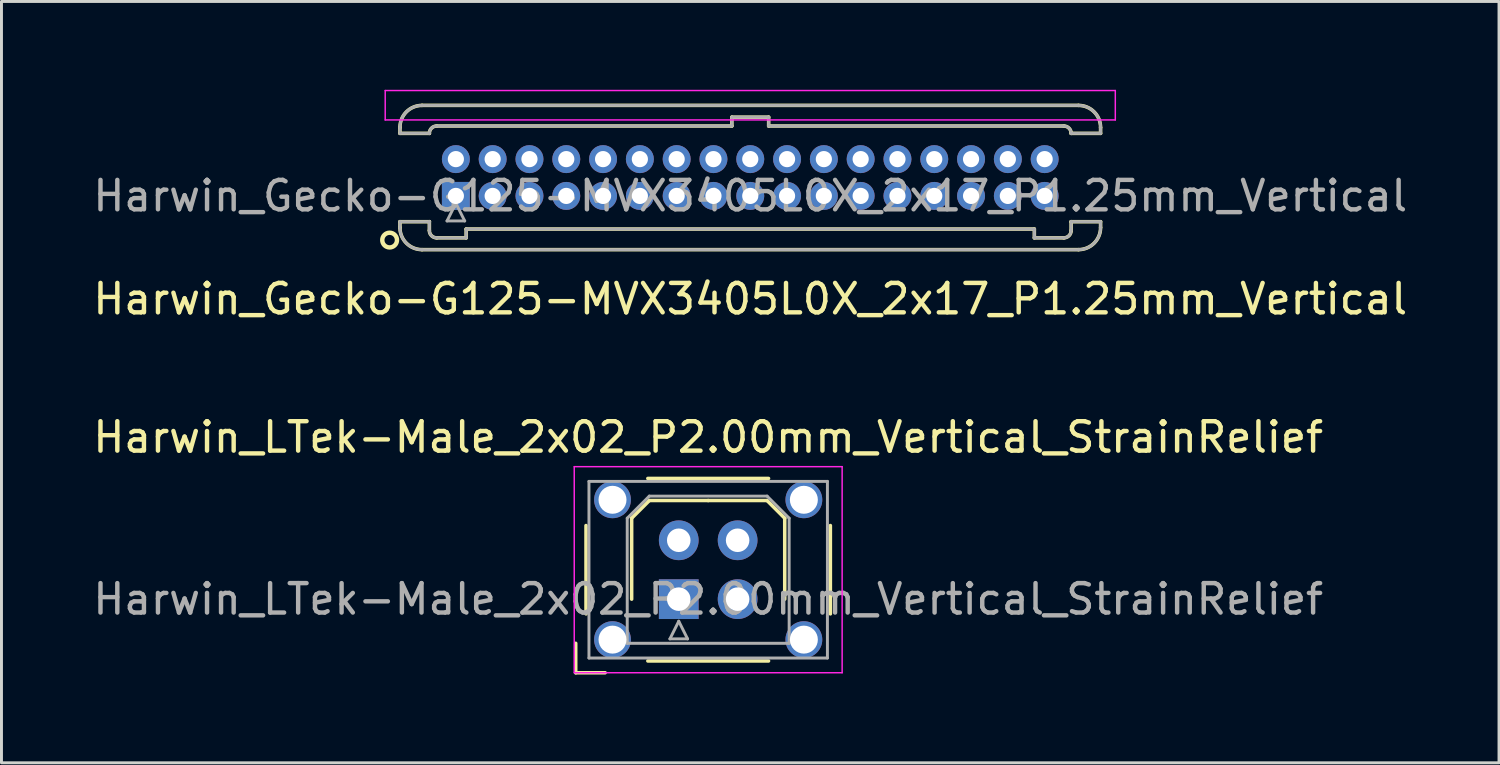
<source format=kicad_pcb>
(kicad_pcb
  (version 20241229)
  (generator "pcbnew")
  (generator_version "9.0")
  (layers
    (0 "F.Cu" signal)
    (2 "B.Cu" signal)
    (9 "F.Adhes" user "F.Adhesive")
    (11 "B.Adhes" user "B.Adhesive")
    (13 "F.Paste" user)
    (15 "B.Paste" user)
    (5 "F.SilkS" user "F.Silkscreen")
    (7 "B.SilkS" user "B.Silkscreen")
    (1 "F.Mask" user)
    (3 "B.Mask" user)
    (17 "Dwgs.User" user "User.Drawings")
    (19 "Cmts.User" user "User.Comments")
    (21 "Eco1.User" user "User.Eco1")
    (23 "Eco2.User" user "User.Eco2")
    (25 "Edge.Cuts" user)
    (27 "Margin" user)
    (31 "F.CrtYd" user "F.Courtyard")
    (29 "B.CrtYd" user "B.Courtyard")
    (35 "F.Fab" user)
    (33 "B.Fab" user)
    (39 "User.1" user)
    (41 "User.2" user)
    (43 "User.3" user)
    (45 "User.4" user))
  (footprint "Harwin_LTek-Male_2x02_P2.00mm_Vertical_StrainRelief"
    (layer "F.Cu")
    (at 20.006 17.302)
    (property "Reference" "Harwin_LTek-Male_2x02_P2.00mm_Vertical_StrainRelief" (at 1 -5.5 0) (layer "F.SilkS") (effects (font (size 1 1) (thickness 0.15))))
    (attr through_hole)
    (fp_line (start -3.5 1.5) (end -3.5 2.5) (stroke (width 0.12) (type solid)) (layer "F.SilkS"))
    (fp_line (start -3.5 2.5) (end -2.5 2.5) (stroke (width 0.12) (type solid)) (layer "F.SilkS"))
    (fp_line (start -3.15 -2.5) (end -3.15 0.5) (stroke (width 0.12) (type solid)) (layer "F.SilkS"))
    (fp_line (start -1.6 -2.75) (end -1 -3.35) (stroke (width 0.12) (type solid)) (layer "F.SilkS"))
    (fp_line (start -1.6 0) (end -1.6 -2.75) (stroke (width 0.12) (type solid)) (layer "F.SilkS"))
    (fp_line (start -1.05 -4.1) (end 3.05 -4.1) (stroke (width 0.12) (type solid)) (layer "F.SilkS"))
    (fp_line (start -1.05 2.1) (end 3.05 2.1) (stroke (width 0.12) (type solid)) (layer "F.SilkS"))
    (fp_line (start -1 -3.35) (end 1 -3.35) (stroke (width 0.12) (type solid)) (layer "F.SilkS"))
    (fp_line (start 3 -3.35) (end 1 -3.35) (stroke (width 0.12) (type solid)) (layer "F.SilkS"))
    (fp_line (start 3.6 -2.75) (end 3 -3.35) (stroke (width 0.12) (type solid)) (layer "F.SilkS"))
    (fp_line (start 3.6 0) (end 3.6 -2.75) (stroke (width 0.12) (type solid)) (layer "F.SilkS"))
    (fp_line (start 5.15 -2.5) (end 5.15 0.5) (stroke (width 0.12) (type solid)) (layer "F.SilkS"))
    (fp_line (start -3.55 -4.5) (end -3.55 2.5) (stroke (width 0.05) (type solid)) (layer "F.CrtYd"))
    (fp_line (start -3.55 2.5) (end 5.55 2.5) (stroke (width 0.05) (type solid)) (layer "F.CrtYd"))
    (fp_line (start 5.55 -4.5) (end -3.55 -4.5) (stroke (width 0.05) (type solid)) (layer "F.CrtYd"))
    (fp_line (start 5.55 2.5) (end 5.55 -4.5) (stroke (width 0.05) (type solid)) (layer "F.CrtYd"))
    (fp_line (start -3.05 -4) (end -3.05 2) (stroke (width 0.1) (type solid)) (layer "F.Fab"))
    (fp_line (start -3.05 2) (end 5.05 2) (stroke (width 0.1) (type solid)) (layer "F.Fab"))
    (fp_line (start -1.75 -2.75) (end -1 -3.5) (stroke (width 0.1) (type solid)) (layer "F.Fab"))
    (fp_line (start -1.75 1.5) (end -1.75 -2.75) (stroke (width 0.1) (type solid)) (layer "F.Fab"))
    (fp_line (start -1 -3.5) (end 3 -3.5) (stroke (width 0.1) (type solid)) (layer "F.Fab"))
    (fp_line (start -0.3 1.35) (end 0.3 1.35) (stroke (width 0.1) (type solid)) (layer "F.Fab"))
    (fp_line (start 0 0.75) (end -0.3 1.35) (stroke (width 0.1) (type solid)) (layer "F.Fab"))
    (fp_line (start 0.3 1.35) (end 0 0.75) (stroke (width 0.1) (type solid)) (layer "F.Fab"))
    (fp_line (start 3 -3.5) (end 3.75 -2.75) (stroke (width 0.1) (type solid)) (layer "F.Fab"))
    (fp_line (start 3.75 -2.75) (end 3.75 1.5) (stroke (width 0.1) (type solid)) (layer "F.Fab"))
    (fp_line (start 3.75 1.5) (end -1.75 1.5) (stroke (width 0.1) (type solid)) (layer "F.Fab"))
    (fp_line (start 5.05 -4) (end -3.05 -4) (stroke (width 0.1) (type solid)) (layer "F.Fab"))
    (fp_line (start 5.05 2) (end 5.05 -4) (stroke (width 0.1) (type solid)) (layer "F.Fab"))
    (fp_text user "${REFERENCE}" (at 1 0 0) (layer "F.Fab") (effects (font (size 1 1) (thickness 0.15))))
    (pad "" thru_hole circle (at -2.25 -3.375) (size 1.25 1.25) (drill 0.95) (layers "*.Cu" "*.Mask"))
    (pad "" thru_hole circle (at -2.25 1.375) (size 1.25 1.25) (drill 0.95) (layers "*.Cu" "*.Mask"))
    (pad "" thru_hole circle (at 4.25 -3.375) (size 1.25 1.25) (drill 0.95) (layers "*.Cu" "*.Mask"))
    (pad "" thru_hole circle (at 4.25 1.375) (size 1.25 1.25) (drill 0.95) (layers "*.Cu" "*.Mask"))
    (pad "1" thru_hole rect (at 0 0) (size 1.35 1.35) (drill 0.8) (layers "*.Cu" "*.Mask"))
    (pad "2" thru_hole circle (at 0 -2) (size 1.35 1.35) (drill 0.8) (layers "*.Cu" "*.Mask"))
    (pad "3" thru_hole circle (at 2 0) (size 1.35 1.35) (drill 0.8) (layers "*.Cu" "*.Mask"))
    (pad "4" thru_hole circle (at 2 -2) (size 1.35 1.35) (drill 0.8) (layers "*.Cu" "*.Mask")))
  (footprint "Harwin_Gecko-G125-MVX3405L0X_2x17_P1.25mm_Vertical"
    (layer "F.Cu")
    (at 12.435 3.605)
    (property "Reference" "Harwin_Gecko-G125-MVX3405L0X_2x17_P1.25mm_Vertical" (at 10 3.5 0) (layer "F.SilkS") (effects (font (size 1 1) (thickness 0.15))))
    (attr through_hole)
    (fp_line (start -1.9 -2.325) (end -1.9 -2.125) (stroke (width 0.12) (type solid)) (layer "F.SilkS"))
    (fp_line (start -1.9 -2.125) (end -0.9 -2.125) (stroke (width 0.12) (type solid)) (layer "F.SilkS"))
    (fp_line (start -1.9 0.875) (end -0.9 0.875) (stroke (width 0.12) (type solid)) (layer "F.SilkS"))
    (fp_line (start -1.9 1.075) (end -1.9 0.875) (stroke (width 0.12) (type solid)) (layer "F.SilkS"))
    (fp_line (start -1.15 -3.075) (end 21.15 -3.075) (stroke (width 0.12) (type solid)) (layer "F.SilkS"))
    (fp_line (start -1.15 1.825) (end 21.15 1.825) (stroke (width 0.12) (type solid)) (layer "F.SilkS"))
    (fp_line (start -0.9 -2.125) (end -0.9 -2.125) (stroke (width 0.12) (type solid)) (layer "F.SilkS"))
    (fp_line (start -0.9 0.875) (end -0.9 0.875) (stroke (width 0.12) (type solid)) (layer "F.SilkS"))
    (fp_line (start -0.9 1.175) (end -0.9 0.875) (stroke (width 0.12) (type solid)) (layer "F.SilkS"))
    (fp_line (start -0.65 -2.375) (end 9.375 -2.375) (stroke (width 0.12) (type solid)) (layer "F.SilkS"))
    (fp_line (start -0.65 1.425) (end 0.35 1.425) (stroke (width 0.12) (type solid)) (layer "F.SilkS"))
    (fp_line (start 0.35 1.125) (end 19.65 1.125) (stroke (width 0.12) (type solid)) (layer "F.SilkS"))
    (fp_line (start 0.35 1.425) (end 0.35 1.125) (stroke (width 0.12) (type solid)) (layer "F.SilkS"))
    (fp_line (start 9.375 -2.675) (end 10.625 -2.675) (stroke (width 0.12) (type solid)) (layer "F.SilkS"))
    (fp_line (start 9.375 -2.375) (end 9.375 -2.675) (stroke (width 0.12) (type solid)) (layer "F.SilkS"))
    (fp_line (start 10.625 -2.675) (end 10.625 -2.375) (stroke (width 0.12) (type solid)) (layer "F.SilkS"))
    (fp_line (start 10.625 -2.375) (end 20.65 -2.375) (stroke (width 0.12) (type solid)) (layer "F.SilkS"))
    (fp_line (start 19.65 1.125) (end 19.65 1.425) (stroke (width 0.12) (type solid)) (layer "F.SilkS"))
    (fp_line (start 19.65 1.425) (end 20.65 1.425) (stroke (width 0.12) (type solid)) (layer "F.SilkS"))
    (fp_line (start 20.9 -2.125) (end 20.9 -2.125) (stroke (width 0.12) (type solid)) (layer "F.SilkS"))
    (fp_line (start 20.9 0.875) (end 20.9 0.875) (stroke (width 0.12) (type solid)) (layer "F.SilkS"))
    (fp_line (start 20.9 1.175) (end 20.9 0.875) (stroke (width 0.12) (type solid)) (layer "F.SilkS"))
    (fp_line (start 21.9 -2.325) (end 21.9 -2.125) (stroke (width 0.12) (type solid)) (layer "F.SilkS"))
    (fp_line (start 21.9 -2.125) (end 20.9 -2.125) (stroke (width 0.12) (type solid)) (layer "F.SilkS"))
    (fp_line (start 21.9 0.875) (end 20.9 0.875) (stroke (width 0.12) (type solid)) (layer "F.SilkS"))
    (fp_line (start 21.9 1.075) (end 21.9 0.875) (stroke (width 0.12) (type solid)) (layer "F.SilkS"))
    (fp_arc (start -1.9 -2.325) (mid -1.68033 -2.85533) (end -1.15 -3.075) (stroke (width 0.12) (type solid)) (layer "F.SilkS"))
    (fp_arc (start -1.15 1.825) (mid -1.68033 1.60533) (end -1.9 1.075) (stroke (width 0.12) (type solid)) (layer "F.SilkS"))
    (fp_arc (start -0.9 -2.125) (mid -0.826777 -2.301777) (end -0.65 -2.375) (stroke (width 0.12) (type solid)) (layer "F.SilkS"))
    (fp_arc (start -0.65 1.425) (mid -0.826777 1.351777) (end -0.9 1.175) (stroke (width 0.12) (type solid)) (layer "F.SilkS"))
    (fp_arc (start 20.65 -2.375) (mid 20.826777 -2.301777) (end 20.9 -2.125) (stroke (width 0.12) (type solid)) (layer "F.SilkS"))
    (fp_arc (start 20.9 1.175) (mid 20.826777 1.351777) (end 20.65 1.425) (stroke (width 0.12) (type solid)) (layer "F.SilkS"))
    (fp_arc (start 21.15 -3.075) (mid 21.68033 -2.85533) (end 21.9 -2.325) (stroke (width 0.12) (type solid)) (layer "F.SilkS"))
    (fp_arc (start 21.9 1.075) (mid 21.68033 1.60533) (end 21.15 1.825) (stroke (width 0.12) (type solid)) (layer "F.SilkS"))
    (fp_circle (center -2.25 1.5) (end -2 1.5) (stroke (width 0.15) (type solid)) (fill no) (layer "F.SilkS"))
    (fp_line (start -2.4 -3.58) (end -2.4 -2.58) (stroke (width 0.05) (type solid)) (layer "F.CrtYd"))
    (fp_line (start -2.4 -2.58) (end 22.4 -2.58) (stroke (width 0.05) (type solid)) (layer "F.CrtYd"))
    (fp_line (start 22.4 -3.58) (end -2.4 -3.58) (stroke (width 0.05) (type solid)) (layer "F.CrtYd"))
    (fp_line (start 22.4 -2.58) (end 22.4 -3.58) (stroke (width 0.05) (type solid)) (layer "F.CrtYd"))
    (fp_line (start -1.9 -2.325) (end -1.9 -2.125) (stroke (width 0.1) (type solid)) (layer "F.Fab"))
    (fp_line (start -1.9 -2.125) (end -0.9 -2.125) (stroke (width 0.1) (type solid)) (layer "F.Fab"))
    (fp_line (start -1.9 0.875) (end -0.9 0.875) (stroke (width 0.1) (type solid)) (layer "F.Fab"))
    (fp_line (start -1.9 1.075) (end -1.9 0.875) (stroke (width 0.1) (type solid)) (layer "F.Fab"))
    (fp_line (start -1.15 -3.075) (end 21.15 -3.075) (stroke (width 0.1) (type solid)) (layer "F.Fab"))
    (fp_line (start -1.15 1.825) (end 21.15 1.825) (stroke (width 0.1) (type solid)) (layer "F.Fab"))
    (fp_line (start -0.9 -2.125) (end -0.9 -2.125) (stroke (width 0.1) (type solid)) (layer "F.Fab"))
    (fp_line (start -0.9 0.875) (end -0.9 0.875) (stroke (width 0.1) (type solid)) (layer "F.Fab"))
    (fp_line (start -0.9 1.175) (end -0.9 0.875) (stroke (width 0.1) (type solid)) (layer "F.Fab"))
    (fp_line (start -0.65 -2.375) (end 9.375 -2.375) (stroke (width 0.1) (type solid)) (layer "F.Fab"))
    (fp_line (start -0.65 1.425) (end 0.35 1.425) (stroke (width 0.1) (type solid)) (layer "F.Fab"))
    (fp_line (start -0.3 0.85) (end 0.3 0.85) (stroke (width 0.1) (type solid)) (layer "F.Fab"))
    (fp_line (start 0 0.25) (end -0.3 0.85) (stroke (width 0.1) (type solid)) (layer "F.Fab"))
    (fp_line (start 0.3 0.85) (end 0 0.25) (stroke (width 0.1) (type solid)) (layer "F.Fab"))
    (fp_line (start 0.35 1.125) (end 19.65 1.125) (stroke (width 0.1) (type solid)) (layer "F.Fab"))
    (fp_line (start 0.35 1.425) (end 0.35 1.125) (stroke (width 0.1) (type solid)) (layer "F.Fab"))
    (fp_line (start 9.375 -2.675) (end 10.625 -2.675) (stroke (width 0.1) (type solid)) (layer "F.Fab"))
    (fp_line (start 9.375 -2.375) (end 9.375 -2.675) (stroke (width 0.1) (type solid)) (layer "F.Fab"))
    (fp_line (start 10.625 -2.675) (end 10.625 -2.375) (stroke (width 0.1) (type solid)) (layer "F.Fab"))
    (fp_line (start 10.625 -2.375) (end 20.65 -2.375) (stroke (width 0.1) (type solid)) (layer "F.Fab"))
    (fp_line (start 19.65 1.125) (end 19.65 1.425) (stroke (width 0.1) (type solid)) (layer "F.Fab"))
    (fp_line (start 19.65 1.425) (end 20.65 1.425) (stroke (width 0.1) (type solid)) (layer "F.Fab"))
    (fp_line (start 20.9 -2.125) (end 20.9 -2.125) (stroke (width 0.1) (type solid)) (layer "F.Fab"))
    (fp_line (start 20.9 0.875) (end 20.9 0.875) (stroke (width 0.1) (type solid)) (layer "F.Fab"))
    (fp_line (start 20.9 1.175) (end 20.9 0.875) (stroke (width 0.1) (type solid)) (layer "F.Fab"))
    (fp_line (start 21.9 -2.325) (end 21.9 -2.125) (stroke (width 0.1) (type solid)) (layer "F.Fab"))
    (fp_line (start 21.9 -2.125) (end 20.9 -2.125) (stroke (width 0.1) (type solid)) (layer "F.Fab"))
    (fp_line (start 21.9 0.875) (end 20.9 0.875) (stroke (width 0.1) (type solid)) (layer "F.Fab"))
    (fp_line (start 21.9 1.075) (end 21.9 0.875) (stroke (width 0.1) (type solid)) (layer "F.Fab"))
    (fp_arc (start -1.9 -2.325) (mid -1.68033 -2.85533) (end -1.15 -3.075) (stroke (width 0.1) (type solid)) (layer "F.Fab"))
    (fp_arc (start -1.15 1.825) (mid -1.68033 1.60533) (end -1.9 1.075) (stroke (width 0.1) (type solid)) (layer "F.Fab"))
    (fp_arc (start -0.9 -2.125) (mid -0.826777 -2.301777) (end -0.65 -2.375) (stroke (width 0.1) (type solid)) (layer "F.Fab"))
    (fp_arc (start -0.65 1.425) (mid -0.826777 1.351777) (end -0.9 1.175) (stroke (width 0.1) (type solid)) (layer "F.Fab"))
    (fp_arc (start 20.65 -2.375) (mid 20.826777 -2.301777) (end 20.9 -2.125) (stroke (width 0.1) (type solid)) (layer "F.Fab"))
    (fp_arc (start 20.9 1.175) (mid 20.826777 1.351777) (end 20.65 1.425) (stroke (width 0.1) (type solid)) (layer "F.Fab"))
    (fp_arc (start 21.15 -3.075) (mid 21.68033 -2.85533) (end 21.9 -2.325) (stroke (width 0.1) (type solid)) (layer "F.Fab"))
    (fp_arc (start 21.9 1.075) (mid 21.68033 1.60533) (end 21.15 1.825) (stroke (width 0.1) (type solid)) (layer "F.Fab"))
    (fp_text user "${REFERENCE}" (at 10 0 0) (layer "F.Fab") (effects (font (size 1 1) (thickness 0.15))))
    (pad "1" thru_hole rect (at 0 0) (size 0.95 0.95) (drill 0.55) (layers "*.Cu" "*.Mask"))
    (pad "2" thru_hole circle (at 0 -1.25) (size 0.95 0.95) (drill 0.55) (layers "*.Cu" "*.Mask"))
    (pad "3" thru_hole circle (at 1.25 0) (size 0.95 0.95) (drill 0.55) (layers "*.Cu" "*.Mask"))
    (pad "4" thru_hole circle (at 1.25 -1.25) (size 0.95 0.95) (drill 0.55) (layers "*.Cu" "*.Mask"))
    (pad "5" thru_hole circle (at 2.5 0) (size 0.95 0.95) (drill 0.55) (layers "*.Cu" "*.Mask"))
    (pad "6" thru_hole circle (at 2.5 -1.25) (size 0.95 0.95) (drill 0.55) (layers "*.Cu" "*.Mask"))
    (pad "7" thru_hole circle (at 3.75 0) (size 0.95 0.95) (drill 0.55) (layers "*.Cu" "*.Mask"))
    (pad "8" thru_hole circle (at 3.75 -1.25) (size 0.95 0.95) (drill 0.55) (layers "*.Cu" "*.Mask"))
    (pad "9" thru_hole circle (at 5 0) (size 0.95 0.95) (drill 0.55) (layers "*.Cu" "*.Mask"))
    (pad "10" thru_hole circle (at 5 -1.25) (size 0.95 0.95) (drill 0.55) (layers "*.Cu" "*.Mask"))
    (pad "11" thru_hole circle (at 6.25 0) (size 0.95 0.95) (drill 0.55) (layers "*.Cu" "*.Mask"))
    (pad "12" thru_hole circle (at 6.25 -1.25) (size 0.95 0.95) (drill 0.55) (layers "*.Cu" "*.Mask"))
    (pad "13" thru_hole circle (at 7.5 0) (size 0.95 0.95) (drill 0.55) (layers "*.Cu" "*.Mask"))
    (pad "14" thru_hole circle (at 7.5 -1.25) (size 0.95 0.95) (drill 0.55) (layers "*.Cu" "*.Mask"))
    (pad "15" thru_hole circle (at 8.75 0) (size 0.95 0.95) (drill 0.55) (layers "*.Cu" "*.Mask"))
    (pad "16" thru_hole circle (at 8.75 -1.25) (size 0.95 0.95) (drill 0.55) (layers "*.Cu" "*.Mask"))
    (pad "17" thru_hole circle (at 10 0) (size 0.95 0.95) (drill 0.55) (layers "*.Cu" "*.Mask"))
    (pad "18" thru_hole circle (at 10 -1.25) (size 0.95 0.95) (drill 0.55) (layers "*.Cu" "*.Mask"))
    (pad "19" thru_hole circle (at 11.25 0) (size 0.95 0.95) (drill 0.55) (layers "*.Cu" "*.Mask"))
    (pad "20" thru_hole circle (at 11.25 -1.25) (size 0.95 0.95) (drill 0.55) (layers "*.Cu" "*.Mask"))
    (pad "21" thru_hole circle (at 12.5 0) (size 0.95 0.95) (drill 0.55) (layers "*.Cu" "*.Mask"))
    (pad "22" thru_hole circle (at 12.5 -1.25) (size 0.95 0.95) (drill 0.55) (layers "*.Cu" "*.Mask"))
    (pad "23" thru_hole circle (at 13.75 0) (size 0.95 0.95) (drill 0.55) (layers "*.Cu" "*.Mask"))
    (pad "24" thru_hole circle (at 13.75 -1.25) (size 0.95 0.95) (drill 0.55) (layers "*.Cu" "*.Mask"))
    (pad "25" thru_hole circle (at 15 0) (size 0.95 0.95) (drill 0.55) (layers "*.Cu" "*.Mask"))
    (pad "26" thru_hole circle (at 15 -1.25) (size 0.95 0.95) (drill 0.55) (layers "*.Cu" "*.Mask"))
    (pad "27" thru_hole circle (at 16.25 0) (size 0.95 0.95) (drill 0.55) (layers "*.Cu" "*.Mask"))
    (pad "28" thru_hole circle (at 16.25 -1.25) (size 0.95 0.95) (drill 0.55) (layers "*.Cu" "*.Mask"))
    (pad "29" thru_hole circle (at 17.5 0) (size 0.95 0.95) (drill 0.55) (layers "*.Cu" "*.Mask"))
    (pad "30" thru_hole circle (at 17.5 -1.25) (size 0.95 0.95) (drill 0.55) (layers "*.Cu" "*.Mask"))
    (pad "31" thru_hole circle (at 18.75 0) (size 0.95 0.95) (drill 0.55) (layers "*.Cu" "*.Mask"))
    (pad "32" thru_hole circle (at 18.75 -1.25) (size 0.95 0.95) (drill 0.55) (layers "*.Cu" "*.Mask"))
    (pad "33" thru_hole circle (at 20 0) (size 0.95 0.95) (drill 0.55) (layers "*.Cu" "*.Mask"))
    (pad "34" thru_hole circle (at 20 -1.25) (size 0.95 0.95) (drill 0.55) (layers "*.Cu" "*.Mask")))
  (gr_rect
    (start -3 -3)
    (end 47.869 22.861)
    (stroke (width 0.1) (type default))
    (fill no)
    (layer "Edge.Cuts")))
</source>
